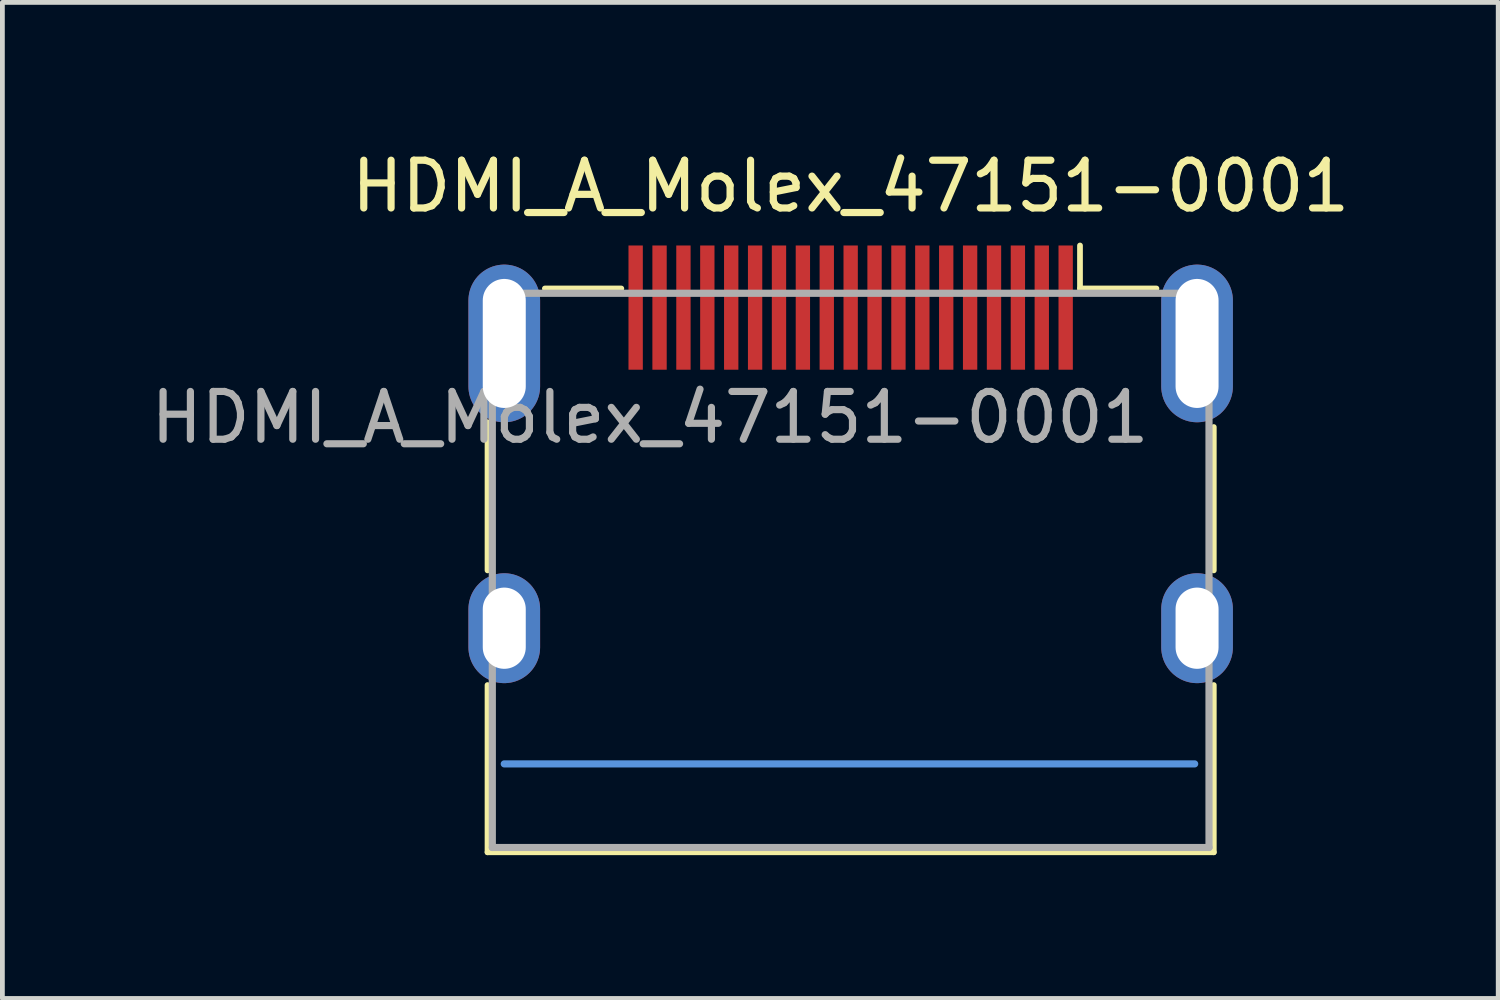
<source format=kicad_pcb>
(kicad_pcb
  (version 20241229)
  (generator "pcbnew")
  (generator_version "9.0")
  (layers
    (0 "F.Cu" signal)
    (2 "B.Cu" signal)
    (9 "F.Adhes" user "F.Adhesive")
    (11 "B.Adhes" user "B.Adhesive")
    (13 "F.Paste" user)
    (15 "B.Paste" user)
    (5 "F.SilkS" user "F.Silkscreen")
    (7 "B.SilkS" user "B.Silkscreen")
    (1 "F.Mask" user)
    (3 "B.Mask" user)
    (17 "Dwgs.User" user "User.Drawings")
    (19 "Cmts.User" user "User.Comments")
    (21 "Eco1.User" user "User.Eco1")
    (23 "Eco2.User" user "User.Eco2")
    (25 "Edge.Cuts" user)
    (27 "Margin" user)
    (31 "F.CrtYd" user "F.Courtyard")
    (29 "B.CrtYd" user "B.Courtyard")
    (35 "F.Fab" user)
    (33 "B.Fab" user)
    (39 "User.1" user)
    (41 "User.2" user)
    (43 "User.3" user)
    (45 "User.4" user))
  (footprint "HDMI_A_Molex_47151-0001"
    (layer "F.Cu")
    (at 14.754 3.388)
    (property "Reference" "HDMI_A_Molex_47151-0001" (at 0 -2.54 0) (unlocked yes) (layer "F.SilkS") (effects (font (size 1 1) (thickness 0.15))))
    (attr through_hole)
    (fp_line (start -7.6 5.5) (end -7.6 2.4) (stroke (width 0.12) (type solid)) (layer "F.SilkS"))
    (fp_line (start -7.6 11.4) (end -7.6 7.9) (stroke (width 0.12) (type solid)) (layer "F.SilkS"))
    (fp_line (start -6.4 -0.4) (end -4.8 -0.4) (stroke (width 0.12) (type solid)) (layer "F.SilkS"))
    (fp_line (start 4.8 -0.4) (end 4.8 -1.3) (stroke (width 0.12) (type solid)) (layer "F.SilkS"))
    (fp_line (start 4.8 -0.4) (end 6.4 -0.4) (stroke (width 0.12) (type solid)) (layer "F.SilkS"))
    (fp_line (start 7.6 5.5) (end 7.6 2.5) (stroke (width 0.12) (type solid)) (layer "F.SilkS"))
    (fp_line (start 7.6 11.4) (end -7.6 11.4) (stroke (width 0.12) (type solid)) (layer "F.SilkS"))
    (fp_line (start 7.6 11.4) (end 7.6 7.9) (stroke (width 0.12) (type solid)) (layer "F.SilkS"))
    (fp_line (start 7.2 9.55) (end -7.25 9.55) (stroke (width 0.15) (type solid)) (layer "Cmts.User"))
    (fp_line (start -7.5 -0.3) (end -7.5 11.3) (stroke (width 0.15) (type solid)) (layer "F.Fab"))
    (fp_line (start 7.5 -0.3) (end -7.5 -0.3) (stroke (width 0.15) (type solid)) (layer "F.Fab"))
    (fp_line (start 7.5 11.3) (end -7.5 11.3) (stroke (width 0.15) (type solid)) (layer "F.Fab"))
    (fp_line (start 7.5 11.3) (end 7.5 -0.3) (stroke (width 0.15) (type solid)) (layer "F.Fab"))
    (fp_text user "${REFERENCE}" (at -4.2 2.3 0) (unlocked yes) (layer "F.Fab") (effects (font (size 1 1) (thickness 0.15))))
    (pad "1" smd rect (at 4.5 0) (size 0.3 2.6) (layers "F.Cu" "F.Mask" "F.Paste"))
    (pad "2" smd rect (at 4 0) (size 0.3 2.6) (layers "F.Cu" "F.Mask" "F.Paste"))
    (pad "3" smd rect (at 3.5 0) (size 0.3 2.6) (layers "F.Cu" "F.Mask" "F.Paste"))
    (pad "4" smd rect (at 3 0) (size 0.3 2.6) (layers "F.Cu" "F.Mask" "F.Paste"))
    (pad "5" smd rect (at 2.5 0) (size 0.3 2.6) (layers "F.Cu" "F.Mask" "F.Paste"))
    (pad "6" smd rect (at 2 0) (size 0.3 2.6) (layers "F.Cu" "F.Mask" "F.Paste"))
    (pad "7" smd rect (at 1.5 0) (size 0.3 2.6) (layers "F.Cu" "F.Mask" "F.Paste"))
    (pad "8" smd rect (at 1 0) (size 0.3 2.6) (layers "F.Cu" "F.Mask" "F.Paste"))
    (pad "9" smd rect (at 0.5 0) (size 0.3 2.6) (layers "F.Cu" "F.Mask" "F.Paste"))
    (pad "10" smd rect (at 0 0) (size 0.3 2.6) (layers "F.Cu" "F.Mask" "F.Paste"))
    (pad "11" smd rect (at -0.5 0) (size 0.3 2.6) (layers "F.Cu" "F.Mask" "F.Paste"))
    (pad "12" smd rect (at -1 0) (size 0.3 2.6) (layers "F.Cu" "F.Mask" "F.Paste"))
    (pad "13" smd rect (at -1.5 0) (size 0.3 2.6) (layers "F.Cu" "F.Mask" "F.Paste"))
    (pad "14" smd rect (at -2 0) (size 0.3 2.6) (layers "F.Cu" "F.Mask" "F.Paste"))
    (pad "15" smd rect (at -2.5 0) (size 0.3 2.6) (layers "F.Cu" "F.Mask" "F.Paste"))
    (pad "16" smd rect (at -3 0) (size 0.3 2.6) (layers "F.Cu" "F.Mask" "F.Paste"))
    (pad "17" smd rect (at -3.5 0) (size 0.3 2.6) (layers "F.Cu" "F.Mask" "F.Paste"))
    (pad "18" smd rect (at -4 0) (size 0.3 2.6) (layers "F.Cu" "F.Mask" "F.Paste"))
    (pad "19" smd rect (at -4.5 0) (size 0.3 2.6) (layers "F.Cu" "F.Mask" "F.Paste"))
    (pad "SH" thru_hole oval (at -7.25 0.75) (size 1.5 3.3) (drill oval 0.9 2.7) (layers "*.Cu" "*.Mask" "F.Paste"))
    (pad "SH" thru_hole oval (at -7.25 6.71) (size 1.5 2.3) (drill oval 0.9 1.7) (layers "*.Cu" "*.Mask" "F.Paste"))
    (pad "SH" thru_hole oval (at 7.25 0.75) (size 1.5 3.3) (drill oval 0.9 2.7) (layers "*.Cu" "*.Mask" "F.Paste"))
    (pad "SH" thru_hole oval (at 7.25 6.71) (size 1.5 2.3) (drill oval 0.9 1.7) (layers "*.Cu" "*.Mask" "F.Paste")))
  (gr_rect
    (start -3 -3)
    (end 28.307 17.848)
    (stroke (width 0.1) (type default))
    (fill no)
    (layer "Edge.Cuts")))
</source>
